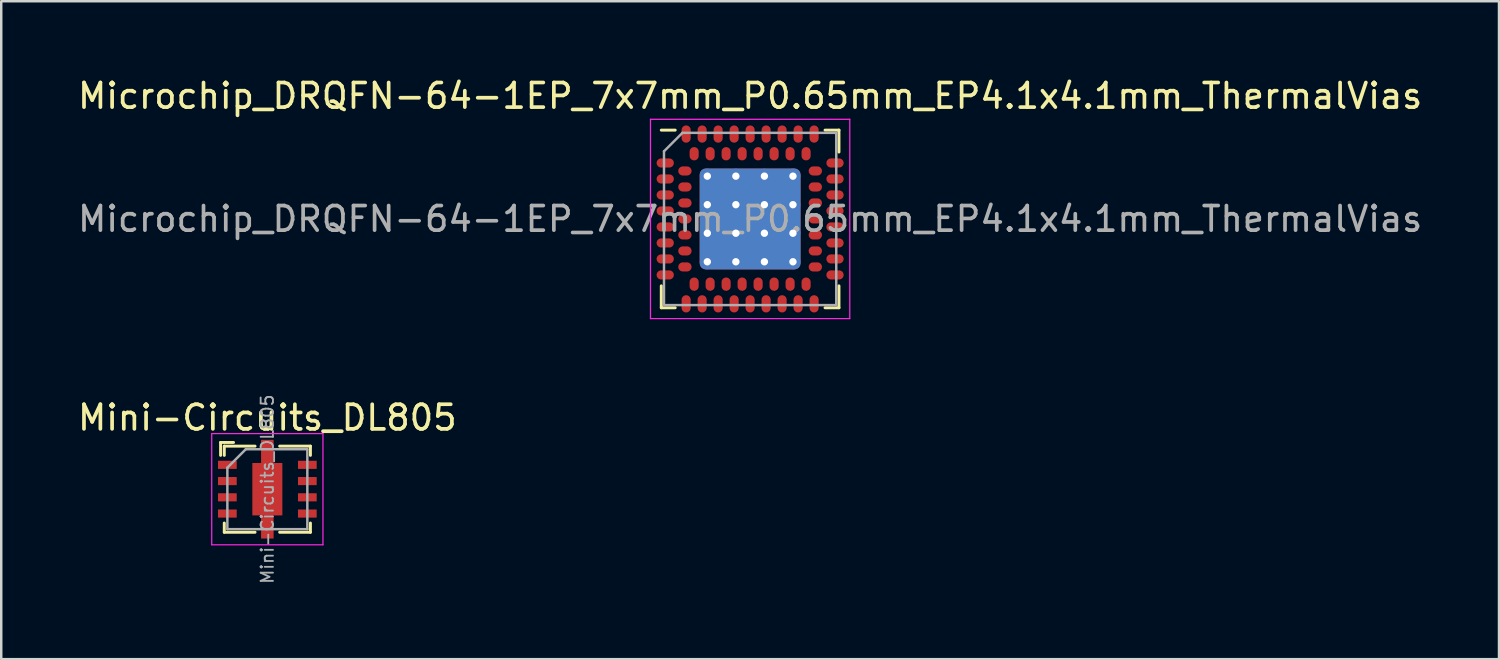
<source format=kicad_pcb>
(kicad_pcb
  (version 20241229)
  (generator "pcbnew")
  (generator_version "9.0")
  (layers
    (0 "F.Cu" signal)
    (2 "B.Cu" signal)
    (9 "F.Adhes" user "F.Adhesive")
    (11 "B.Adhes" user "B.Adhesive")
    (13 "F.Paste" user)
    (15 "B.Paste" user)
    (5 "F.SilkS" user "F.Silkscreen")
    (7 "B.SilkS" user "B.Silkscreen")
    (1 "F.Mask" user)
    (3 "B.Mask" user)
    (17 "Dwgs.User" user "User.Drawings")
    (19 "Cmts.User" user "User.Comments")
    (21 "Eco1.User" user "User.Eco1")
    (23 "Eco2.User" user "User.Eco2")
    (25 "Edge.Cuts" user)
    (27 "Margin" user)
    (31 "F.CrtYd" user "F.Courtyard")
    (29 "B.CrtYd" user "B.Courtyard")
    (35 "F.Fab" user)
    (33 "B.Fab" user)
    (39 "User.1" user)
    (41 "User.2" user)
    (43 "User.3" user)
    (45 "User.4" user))
  (footprint "Mini-Circuits_DL805"
    (layer "F.Cu")
    (at 7.815 16.831)
    (property "Reference" "Mini-Circuits_DL805" (at 0 -2.907 0) (layer "F.SilkS") (effects (font (size 1 1) (thickness 0.15))))
    (attr smd)
    (fp_line (start -1.9 -1.9) (end -1.375 -1.9) (stroke (width 0.12) (type solid)) (layer "F.SilkS"))
    (fp_line (start -1.9 -1.375) (end -1.9 -1.9) (stroke (width 0.12) (type solid)) (layer "F.SilkS"))
    (fp_line (start -1.75 -1.75) (end -1.75 -1.375) (stroke (width 0.12) (type solid)) (layer "F.SilkS"))
    (fp_line (start -1.75 1.75) (end -1.75 1.375) (stroke (width 0.12) (type solid)) (layer "F.SilkS"))
    (fp_line (start -0.5 -1.75) (end -1.75 -1.75) (stroke (width 0.12) (type solid)) (layer "F.SilkS"))
    (fp_line (start -0.5 1.75) (end -1.75 1.75) (stroke (width 0.12) (type solid)) (layer "F.SilkS"))
    (fp_line (start 0.5 -1.75) (end 1.75 -1.75) (stroke (width 0.12) (type solid)) (layer "F.SilkS"))
    (fp_line (start 1.75 -1.75) (end 1.75 -1.375) (stroke (width 0.12) (type solid)) (layer "F.SilkS"))
    (fp_line (start 1.75 1.375) (end 1.75 1.75) (stroke (width 0.12) (type solid)) (layer "F.SilkS"))
    (fp_line (start 1.75 1.75) (end 0.5 1.75) (stroke (width 0.12) (type solid)) (layer "F.SilkS"))
    (fp_line (start -2.26 -2.26) (end -2.26 2.26) (stroke (width 0.05) (type solid)) (layer "F.CrtYd"))
    (fp_line (start -2.26 2.26) (end 2.26 2.26) (stroke (width 0.05) (type solid)) (layer "F.CrtYd"))
    (fp_line (start 2.26 -2.26) (end -2.26 -2.26) (stroke (width 0.05) (type solid)) (layer "F.CrtYd"))
    (fp_line (start 2.26 2.26) (end 2.26 -2.26) (stroke (width 0.05) (type solid)) (layer "F.CrtYd"))
    (fp_line (start -1.625 -0.875) (end -0.875 -1.625) (stroke (width 0.1) (type solid)) (layer "F.Fab"))
    (fp_line (start -1.625 1.625) (end -1.625 -0.875) (stroke (width 0.1) (type solid)) (layer "F.Fab"))
    (fp_line (start -0.875 -1.625) (end 1.625 -1.625) (stroke (width 0.1) (type solid)) (layer "F.Fab"))
    (fp_line (start 1.625 -1.625) (end 1.625 1.625) (stroke (width 0.1) (type solid)) (layer "F.Fab"))
    (fp_line (start 1.625 1.625) (end -1.625 1.625) (stroke (width 0.1) (type solid)) (layer "F.Fab"))
    (fp_text user "${REFERENCE}" (at 0 0 270) (layer "F.Fab") (effects (font (size 0.5 0.5) (thickness 0.075))))
    (pad "1" smd rect (at -1.625 -0.99 270) (size 0.33 0.76) (layers "F.Cu" "F.Mask" "F.Paste"))
    (pad "2" smd rect (at -1.625 -0.33 270) (size 0.33 0.76) (layers "F.Cu" "F.Mask" "F.Paste"))
    (pad "3" smd rect (at -1.625 0.33 270) (size 0.33 0.76) (layers "F.Cu" "F.Mask" "F.Paste"))
    (pad "4" smd rect (at -1.625 0.99 270) (size 0.33 0.76) (layers "F.Cu" "F.Mask" "F.Paste"))
    (pad "5" smd rect (at 1.625 0.99 270) (size 0.33 0.76) (layers "F.Cu" "F.Mask" "F.Paste"))
    (pad "6" smd rect (at 1.625 0.33 270) (size 0.33 0.76) (layers "F.Cu" "F.Mask" "F.Paste"))
    (pad "7" smd rect (at 1.625 -0.33 270) (size 0.33 0.76) (layers "F.Cu" "F.Mask" "F.Paste"))
    (pad "8" smd rect (at 1.625 -0.99 270) (size 0.33 0.76) (layers "F.Cu" "F.Mask" "F.Paste"))
    (pad "9" smd rect (at 0 -1.535 270) (size 0.94 0.51) (layers "F.Cu" "F.Mask" "F.Paste"))
    (pad "9" smd rect (at 0 0 270) (size 2.13 1.22) (layers "F.Cu" "F.Mask" "F.Paste"))
    (pad "9" smd rect (at 0 1.535 270) (size 0.94 0.51) (layers "F.Cu" "F.Mask" "F.Paste")))
  (footprint "Microchip_DRQFN-64-1EP_7x7mm_P0.65mm_EP4.1x4.1mm_ThermalVias"
    (layer "F.Cu")
    (at 27.435 5.848)
    (property "Reference" "Microchip_DRQFN-64-1EP_7x7mm_P0.65mm_EP4.1x4.1mm_ThermalVias" (at 0 -5 0) (layer "F.SilkS") (effects (font (size 1 1) (thickness 0.15))))
    (attr smd)
    (fp_line (start -3.61 3.61) (end -3.61 2.72) (stroke (width 0.12) (type solid)) (layer "F.SilkS"))
    (fp_line (start -3.045 -3.61) (end -3.61 -3.61) (stroke (width 0.12) (type solid)) (layer "F.SilkS"))
    (fp_line (start -3.045 3.61) (end -3.61 3.61) (stroke (width 0.12) (type solid)) (layer "F.SilkS"))
    (fp_line (start 3.045 -3.61) (end 3.61 -3.61) (stroke (width 0.12) (type solid)) (layer "F.SilkS"))
    (fp_line (start 3.61 -3.61) (end 3.61 -2.72) (stroke (width 0.12) (type solid)) (layer "F.SilkS"))
    (fp_line (start 3.61 2.72) (end 3.61 3.61) (stroke (width 0.12) (type solid)) (layer "F.SilkS"))
    (fp_line (start 3.61 3.61) (end 3.045 3.61) (stroke (width 0.12) (type solid)) (layer "F.SilkS"))
    (fp_line (start -4.05 -4.05) (end 4.05 -4.05) (stroke (width 0.05) (type solid)) (layer "F.CrtYd"))
    (fp_line (start -4.05 4.05) (end -4.05 -4.05) (stroke (width 0.05) (type solid)) (layer "F.CrtYd"))
    (fp_line (start 4.05 -4.05) (end 4.05 4.05) (stroke (width 0.05) (type solid)) (layer "F.CrtYd"))
    (fp_line (start 4.05 4.05) (end -4.05 4.05) (stroke (width 0.05) (type solid)) (layer "F.CrtYd"))
    (fp_line (start -3.5 -2.75) (end -2.75 -3.5) (stroke (width 0.1) (type solid)) (layer "F.Fab"))
    (fp_line (start -3.5 3.5) (end -3.5 -2.75) (stroke (width 0.1) (type solid)) (layer "F.Fab"))
    (fp_line (start -2.75 -3.5) (end 3.5 -3.5) (stroke (width 0.1) (type solid)) (layer "F.Fab"))
    (fp_line (start 3.5 -3.5) (end 3.5 3.5) (stroke (width 0.1) (type solid)) (layer "F.Fab"))
    (fp_line (start 3.5 3.5) (end -3.5 3.5) (stroke (width 0.1) (type solid)) (layer "F.Fab"))
    (fp_text user "${REFERENCE}" (at 0 0 0) (layer "F.Fab") (effects (font (size 1 1) (thickness 0.15))))
    (pad "" smd roundrect (at -1.16 -1.16) (size 1 1) (layers "F.Paste") (roundrect_rratio 0.25))
    (pad "" smd roundrect (at -1.16 0) (size 1 1) (layers "F.Paste") (roundrect_rratio 0.25))
    (pad "" smd roundrect (at -1.16 1.16) (size 1 1) (layers "F.Paste") (roundrect_rratio 0.25))
    (pad "" smd roundrect (at 0 -1.16) (size 1 1) (layers "F.Paste") (roundrect_rratio 0.25))
    (pad "" smd roundrect (at 0 0) (size 1 1) (layers "F.Paste") (roundrect_rratio 0.25))
    (pad "" smd roundrect (at 0 1.16) (size 1 1) (layers "F.Paste") (roundrect_rratio 0.25))
    (pad "" smd roundrect (at 1.16 -1.16) (size 1 1) (layers "F.Paste") (roundrect_rratio 0.25))
    (pad "" smd roundrect (at 1.16 0) (size 1 1) (layers "F.Paste") (roundrect_rratio 0.25))
    (pad "" smd roundrect (at 1.16 1.16) (size 1 1) (layers "F.Paste") (roundrect_rratio 0.25))
    (pad "A1" smd oval (at -3.45 -2.275) (size 0.7 0.37) (layers "F.Cu" "F.Mask" "F.Paste"))
    (pad "A2" smd oval (at -3.45 -1.625) (size 0.7 0.37) (layers "F.Cu" "F.Mask" "F.Paste"))
    (pad "A3" smd oval (at -3.45 -0.975) (size 0.7 0.37) (layers "F.Cu" "F.Mask" "F.Paste"))
    (pad "A4" smd oval (at -3.45 -0.325) (size 0.7 0.37) (layers "F.Cu" "F.Mask" "F.Paste"))
    (pad "A5" smd oval (at -3.45 0.325) (size 0.7 0.37) (layers "F.Cu" "F.Mask" "F.Paste"))
    (pad "A6" smd oval (at -3.45 0.975) (size 0.7 0.37) (layers "F.Cu" "F.Mask" "F.Paste"))
    (pad "A7" smd oval (at -3.45 1.625) (size 0.7 0.37) (layers "F.Cu" "F.Mask" "F.Paste"))
    (pad "A8" smd oval (at -3.45 2.275) (size 0.7 0.37) (layers "F.Cu" "F.Mask" "F.Paste"))
    (pad "A9" smd oval (at -2.6 3.45) (size 0.37 0.7) (layers "F.Cu" "F.Mask" "F.Paste"))
    (pad "A10" smd oval (at -1.95 3.45) (size 0.37 0.7) (layers "F.Cu" "F.Mask" "F.Paste"))
    (pad "A11" smd oval (at -1.3 3.45) (size 0.37 0.7) (layers "F.Cu" "F.Mask" "F.Paste"))
    (pad "A12" smd oval (at -0.65 3.45) (size 0.37 0.7) (layers "F.Cu" "F.Mask" "F.Paste"))
    (pad "A13" smd oval (at 0 3.45) (size 0.37 0.7) (layers "F.Cu" "F.Mask" "F.Paste"))
    (pad "A14" smd oval (at 0.65 3.45) (size 0.37 0.7) (layers "F.Cu" "F.Mask" "F.Paste"))
    (pad "A15" smd oval (at 1.3 3.45) (size 0.37 0.7) (layers "F.Cu" "F.Mask" "F.Paste"))
    (pad "A16" smd oval (at 1.95 3.45) (size 0.37 0.7) (layers "F.Cu" "F.Mask" "F.Paste"))
    (pad "A17" smd oval (at 2.6 3.45) (size 0.37 0.7) (layers "F.Cu" "F.Mask" "F.Paste"))
    (pad "A18" smd oval (at 3.45 2.275) (size 0.7 0.37) (layers "F.Cu" "F.Mask" "F.Paste"))
    (pad "A19" smd oval (at 3.45 1.625) (size 0.7 0.37) (layers "F.Cu" "F.Mask" "F.Paste"))
    (pad "A20" smd oval (at 3.45 0.975) (size 0.7 0.37) (layers "F.Cu" "F.Mask" "F.Paste"))
    (pad "A21" smd oval (at 3.45 0.325) (size 0.7 0.37) (layers "F.Cu" "F.Mask" "F.Paste"))
    (pad "A22" smd oval (at 3.45 -0.325) (size 0.7 0.37) (layers "F.Cu" "F.Mask" "F.Paste"))
    (pad "A23" smd oval (at 3.45 -0.975) (size 0.7 0.37) (layers "F.Cu" "F.Mask" "F.Paste"))
    (pad "A24" smd oval (at 3.45 -1.625) (size 0.7 0.37) (layers "F.Cu" "F.Mask" "F.Paste"))
    (pad "A25" smd oval (at 3.45 -2.275) (size 0.7 0.37) (layers "F.Cu" "F.Mask" "F.Paste"))
    (pad "A26" smd oval (at 2.6 -3.45) (size 0.37 0.7) (layers "F.Cu" "F.Mask" "F.Paste"))
    (pad "A27" smd oval (at 1.95 -3.45) (size 0.37 0.7) (layers "F.Cu" "F.Mask" "F.Paste"))
    (pad "A28" smd oval (at 1.3 -3.45) (size 0.37 0.7) (layers "F.Cu" "F.Mask" "F.Paste"))
    (pad "A29" smd oval (at 0.65 -3.45) (size 0.37 0.7) (layers "F.Cu" "F.Mask" "F.Paste"))
    (pad "A30" smd oval (at 0 -3.45) (size 0.37 0.7) (layers "F.Cu" "F.Mask" "F.Paste"))
    (pad "A31" smd oval (at -0.65 -3.45) (size 0.37 0.7) (layers "F.Cu" "F.Mask" "F.Paste"))
    (pad "A32" smd oval (at -1.3 -3.45) (size 0.37 0.7) (layers "F.Cu" "F.Mask" "F.Paste"))
    (pad "A33" smd oval (at -1.95 -3.45) (size 0.37 0.7) (layers "F.Cu" "F.Mask" "F.Paste"))
    (pad "A34" smd oval (at -2.6 -3.45) (size 0.37 0.7) (layers "F.Cu" "F.Mask" "F.Paste"))
    (pad "B1" smd oval (at -2.65 -1.95) (size 0.54 0.37) (layers "F.Cu" "F.Mask" "F.Paste"))
    (pad "B2" smd oval (at -2.65 -1.3) (size 0.54 0.37) (layers "F.Cu" "F.Mask" "F.Paste"))
    (pad "B3" smd oval (at -2.65 -0.65) (size 0.54 0.37) (layers "F.Cu" "F.Mask" "F.Paste"))
    (pad "B4" smd oval (at -2.65 0) (size 0.54 0.37) (layers "F.Cu" "F.Mask" "F.Paste"))
    (pad "B5" smd oval (at -2.65 0.65) (size 0.54 0.37) (layers "F.Cu" "F.Mask" "F.Paste"))
    (pad "B6" smd oval (at -2.65 1.3) (size 0.54 0.37) (layers "F.Cu" "F.Mask" "F.Paste"))
    (pad "B7" smd oval (at -2.65 1.95) (size 0.54 0.37) (layers "F.Cu" "F.Mask" "F.Paste"))
    (pad "B8" smd oval (at -2.275 2.65) (size 0.37 0.54) (layers "F.Cu" "F.Mask" "F.Paste"))
    (pad "B9" smd oval (at -1.625 2.65) (size 0.37 0.54) (layers "F.Cu" "F.Mask" "F.Paste"))
    (pad "B10" smd oval (at -0.975 2.65) (size 0.37 0.54) (layers "F.Cu" "F.Mask" "F.Paste"))
    (pad "B11" smd oval (at -0.325 2.65) (size 0.37 0.54) (layers "F.Cu" "F.Mask" "F.Paste"))
    (pad "B12" smd oval (at 0.325 2.65) (size 0.37 0.54) (layers "F.Cu" "F.Mask" "F.Paste"))
    (pad "B13" smd oval (at 0.975 2.65) (size 0.37 0.54) (layers "F.Cu" "F.Mask" "F.Paste"))
    (pad "B14" smd oval (at 1.625 2.65) (size 0.37 0.54) (layers "F.Cu" "F.Mask" "F.Paste"))
    (pad "B15" smd oval (at 2.275 2.65) (size 0.37 0.54) (layers "F.Cu" "F.Mask" "F.Paste"))
    (pad "B16" smd oval (at 2.65 1.95) (size 0.54 0.37) (layers "F.Cu" "F.Mask" "F.Paste"))
    (pad "B17" smd oval (at 2.65 1.3) (size 0.54 0.37) (layers "F.Cu" "F.Mask" "F.Paste"))
    (pad "B18" smd oval (at 2.65 0.65) (size 0.54 0.37) (layers "F.Cu" "F.Mask" "F.Paste"))
    (pad "B19" smd oval (at 2.65 0) (size 0.54 0.37) (layers "F.Cu" "F.Mask" "F.Paste"))
    (pad "B20" smd oval (at 2.65 -0.65) (size 0.54 0.37) (layers "F.Cu" "F.Mask" "F.Paste"))
    (pad "B21" smd oval (at 2.65 -1.3) (size 0.54 0.37) (layers "F.Cu" "F.Mask" "F.Paste"))
    (pad "B22" smd oval (at 2.65 -1.95) (size 0.54 0.37) (layers "F.Cu" "F.Mask" "F.Paste"))
    (pad "B23" smd oval (at 2.275 -2.65) (size 0.37 0.54) (layers "F.Cu" "F.Mask" "F.Paste"))
    (pad "B24" smd oval (at 1.625 -2.65) (size 0.37 0.54) (layers "F.Cu" "F.Mask" "F.Paste"))
    (pad "B25" smd oval (at 0.975 -2.65) (size 0.37 0.54) (layers "F.Cu" "F.Mask" "F.Paste"))
    (pad "B26" smd oval (at 0.325 -2.65) (size 0.37 0.54) (layers "F.Cu" "F.Mask" "F.Paste"))
    (pad "B27" smd oval (at -0.325 -2.65) (size 0.37 0.54) (layers "F.Cu" "F.Mask" "F.Paste"))
    (pad "B28" smd oval (at -0.975 -2.65) (size 0.37 0.54) (layers "F.Cu" "F.Mask" "F.Paste"))
    (pad "B29" smd oval (at -1.625 -2.65) (size 0.37 0.54) (layers "F.Cu" "F.Mask" "F.Paste"))
    (pad "B30" smd oval (at -2.275 -2.65) (size 0.37 0.54) (layers "F.Cu" "F.Mask" "F.Paste"))
    (pad "EP" thru_hole circle (at -1.74 -1.74) (size 0.6 0.6) (drill 0.3) (layers "*.Cu"))
    (pad "EP" thru_hole circle (at -1.74 -0.58) (size 0.6 0.6) (drill 0.3) (layers "*.Cu"))
    (pad "EP" thru_hole circle (at -1.74 0.58) (size 0.6 0.6) (drill 0.3) (layers "*.Cu"))
    (pad "EP" thru_hole circle (at -1.74 1.74) (size 0.6 0.6) (drill 0.3) (layers "*.Cu"))
    (pad "EP" thru_hole circle (at -0.58 -1.74) (size 0.6 0.6) (drill 0.3) (layers "*.Cu"))
    (pad "EP" thru_hole circle (at -0.58 -0.58) (size 0.6 0.6) (drill 0.3) (layers "*.Cu"))
    (pad "EP" thru_hole circle (at -0.58 0.58) (size 0.6 0.6) (drill 0.3) (layers "*.Cu"))
    (pad "EP" thru_hole circle (at -0.58 1.74) (size 0.6 0.6) (drill 0.3) (layers "*.Cu"))
    (pad "EP" smd roundrect (at 0 0) (size 4.1 4.1) (layers "F.Cu" "F.Mask") (roundrect_rratio 0.06))
    (pad "EP" smd roundrect (at 0 0) (size 4.1 4.1) (layers "B.Cu") (roundrect_rratio 0.06))
    (pad "EP" thru_hole circle (at 0.58 -1.74) (size 0.6 0.6) (drill 0.3) (layers "*.Cu"))
    (pad "EP" thru_hole circle (at 0.58 -0.58) (size 0.6 0.6) (drill 0.3) (layers "*.Cu"))
    (pad "EP" thru_hole circle (at 0.58 0.58) (size 0.6 0.6) (drill 0.3) (layers "*.Cu"))
    (pad "EP" thru_hole circle (at 0.58 1.74) (size 0.6 0.6) (drill 0.3) (layers "*.Cu"))
    (pad "EP" thru_hole circle (at 1.74 -1.74) (size 0.6 0.6) (drill 0.3) (layers "*.Cu"))
    (pad "EP" thru_hole circle (at 1.74 -0.58) (size 0.6 0.6) (drill 0.3) (layers "*.Cu"))
    (pad "EP" thru_hole circle (at 1.74 0.58) (size 0.6 0.6) (drill 0.3) (layers "*.Cu"))
    (pad "EP" thru_hole circle (at 1.74 1.74) (size 0.6 0.6) (drill 0.3) (layers "*.Cu")))
  (gr_rect
    (start -3 -3)
    (end 57.869 23.739)
    (stroke (width 0.1) (type default))
    (fill no)
    (layer "Edge.Cuts")))
</source>
